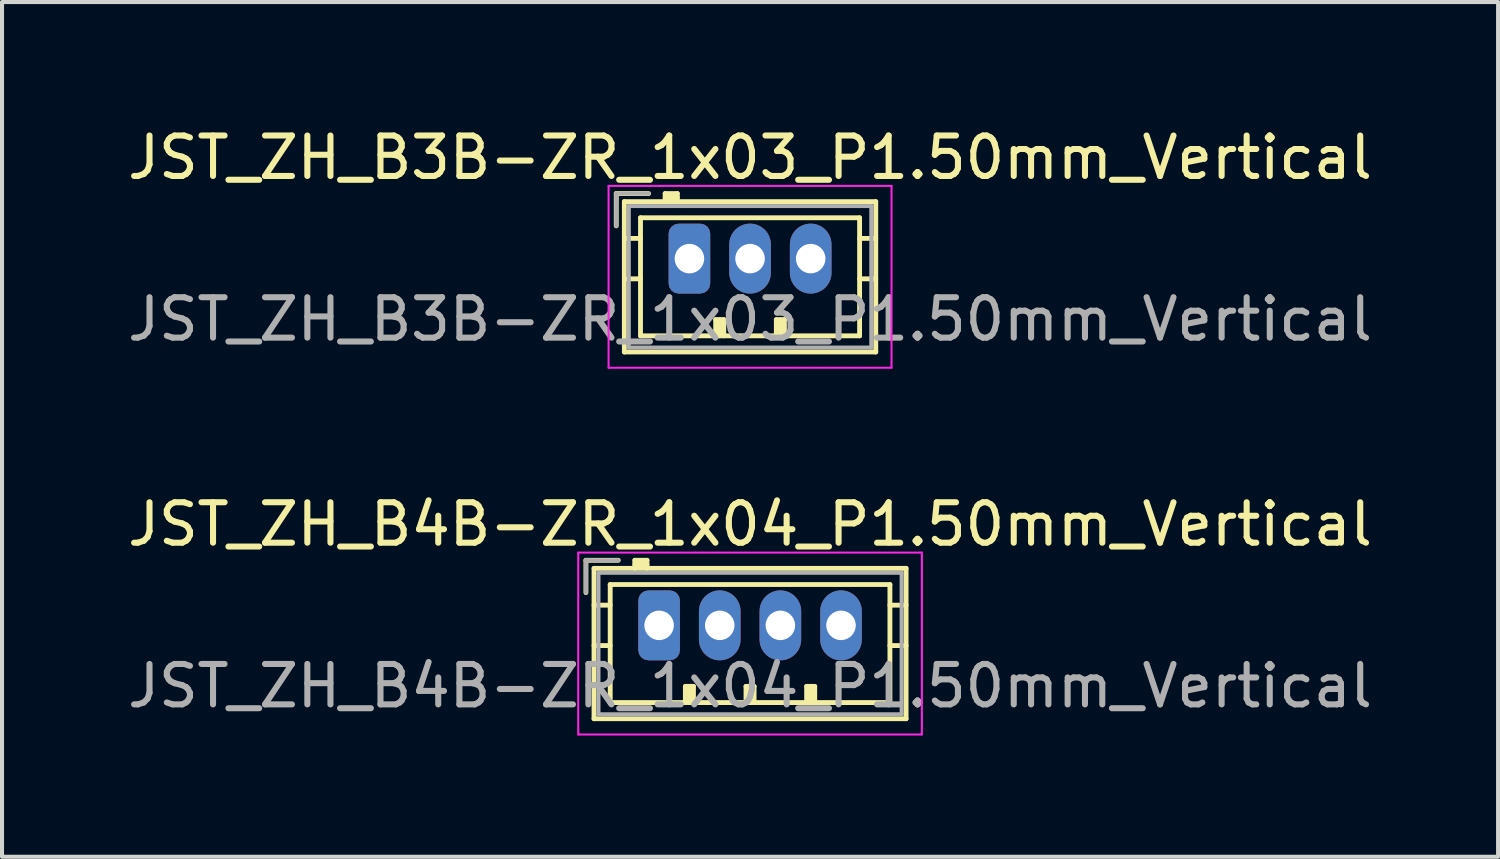
<source format=kicad_pcb>
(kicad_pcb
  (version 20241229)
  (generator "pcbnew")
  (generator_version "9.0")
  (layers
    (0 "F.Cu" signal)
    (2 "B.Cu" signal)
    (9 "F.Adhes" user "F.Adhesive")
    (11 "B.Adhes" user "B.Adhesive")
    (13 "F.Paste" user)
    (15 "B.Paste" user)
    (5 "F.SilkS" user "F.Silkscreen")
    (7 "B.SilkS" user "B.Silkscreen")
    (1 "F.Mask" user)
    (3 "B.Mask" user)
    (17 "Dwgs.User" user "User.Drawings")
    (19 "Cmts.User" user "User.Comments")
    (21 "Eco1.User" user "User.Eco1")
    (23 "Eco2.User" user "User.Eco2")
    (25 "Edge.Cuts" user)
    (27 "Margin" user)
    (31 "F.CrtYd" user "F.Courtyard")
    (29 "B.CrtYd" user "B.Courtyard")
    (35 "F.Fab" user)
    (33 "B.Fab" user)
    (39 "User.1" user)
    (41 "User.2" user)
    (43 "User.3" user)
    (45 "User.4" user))
  (footprint "JST_ZH_B4B-ZR_1x04_P1.50mm_Vertical"
    (layer "F.Cu")
    (at 13.256 12.421)
    (property "Reference" "JST_ZH_B4B-ZR_1x04_P1.50mm_Vertical" (at 2.25 -2.5 0) (layer "F.SilkS") (effects (font (size 1 1) (thickness 0.15))))
    (attr through_hole)
    (fp_line (start -1.81 -1.61) (end -1.81 -0.81) (stroke (width 0.12) (type solid)) (layer "F.SilkS"))
    (fp_line (start -1.61 -1.41) (end -1.61 2.31) (stroke (width 0.12) (type solid)) (layer "F.SilkS"))
    (fp_line (start -1.61 -0.5) (end -1.21 -0.5) (stroke (width 0.12) (type solid)) (layer "F.SilkS"))
    (fp_line (start -1.61 0.5) (end -1.21 0.5) (stroke (width 0.12) (type solid)) (layer "F.SilkS"))
    (fp_line (start -1.61 2.31) (end 6.11 2.31) (stroke (width 0.12) (type solid)) (layer "F.SilkS"))
    (fp_line (start -1.21 -1.01) (end -1.21 1.91) (stroke (width 0.12) (type solid)) (layer "F.SilkS"))
    (fp_line (start -1.21 1.91) (end 5.71 1.91) (stroke (width 0.12) (type solid)) (layer "F.SilkS"))
    (fp_line (start -1.01 -1.61) (end -1.81 -1.61) (stroke (width 0.12) (type solid)) (layer "F.SilkS"))
    (fp_line (start -0.6 -1.61) (end -0.6 -1.41) (stroke (width 0.12) (type solid)) (layer "F.SilkS"))
    (fp_line (start -0.3 -1.61) (end -0.6 -1.61) (stroke (width 0.12) (type solid)) (layer "F.SilkS"))
    (fp_line (start -0.3 -1.51) (end -0.6 -1.51) (stroke (width 0.12) (type solid)) (layer "F.SilkS"))
    (fp_line (start -0.3 -1.41) (end -0.3 -1.61) (stroke (width 0.12) (type solid)) (layer "F.SilkS"))
    (fp_line (start 0.65 1.51) (end 0.85 1.51) (stroke (width 0.12) (type solid)) (layer "F.SilkS"))
    (fp_line (start 0.65 1.91) (end 0.65 1.51) (stroke (width 0.12) (type solid)) (layer "F.SilkS"))
    (fp_line (start 0.75 1.91) (end 0.75 1.51) (stroke (width 0.12) (type solid)) (layer "F.SilkS"))
    (fp_line (start 0.85 1.51) (end 0.85 1.91) (stroke (width 0.12) (type solid)) (layer "F.SilkS"))
    (fp_line (start 2.15 1.51) (end 2.35 1.51) (stroke (width 0.12) (type solid)) (layer "F.SilkS"))
    (fp_line (start 2.15 1.91) (end 2.15 1.51) (stroke (width 0.12) (type solid)) (layer "F.SilkS"))
    (fp_line (start 2.25 1.91) (end 2.25 1.51) (stroke (width 0.12) (type solid)) (layer "F.SilkS"))
    (fp_line (start 2.35 1.51) (end 2.35 1.91) (stroke (width 0.12) (type solid)) (layer "F.SilkS"))
    (fp_line (start 3.65 1.51) (end 3.85 1.51) (stroke (width 0.12) (type solid)) (layer "F.SilkS"))
    (fp_line (start 3.65 1.91) (end 3.65 1.51) (stroke (width 0.12) (type solid)) (layer "F.SilkS"))
    (fp_line (start 3.75 1.91) (end 3.75 1.51) (stroke (width 0.12) (type solid)) (layer "F.SilkS"))
    (fp_line (start 3.85 1.51) (end 3.85 1.91) (stroke (width 0.12) (type solid)) (layer "F.SilkS"))
    (fp_line (start 5.71 -1.01) (end -1.21 -1.01) (stroke (width 0.12) (type solid)) (layer "F.SilkS"))
    (fp_line (start 5.71 1.91) (end 5.71 -1.01) (stroke (width 0.12) (type solid)) (layer "F.SilkS"))
    (fp_line (start 6.11 -1.41) (end -1.61 -1.41) (stroke (width 0.12) (type solid)) (layer "F.SilkS"))
    (fp_line (start 6.11 -0.5) (end 5.71 -0.5) (stroke (width 0.12) (type solid)) (layer "F.SilkS"))
    (fp_line (start 6.11 0.5) (end 5.71 0.5) (stroke (width 0.12) (type solid)) (layer "F.SilkS"))
    (fp_line (start 6.11 2.31) (end 6.11 -1.41) (stroke (width 0.12) (type solid)) (layer "F.SilkS"))
    (fp_line (start -2 -1.8) (end -2 2.7) (stroke (width 0.05) (type solid)) (layer "F.CrtYd"))
    (fp_line (start -2 2.7) (end 6.5 2.7) (stroke (width 0.05) (type solid)) (layer "F.CrtYd"))
    (fp_line (start 6.5 -1.8) (end -2 -1.8) (stroke (width 0.05) (type solid)) (layer "F.CrtYd"))
    (fp_line (start 6.5 2.7) (end 6.5 -1.8) (stroke (width 0.05) (type solid)) (layer "F.CrtYd"))
    (fp_line (start -1.81 -1.61) (end -1.81 -0.81) (stroke (width 0.1) (type solid)) (layer "F.Fab"))
    (fp_line (start -1.5 -1.3) (end -1.5 2.2) (stroke (width 0.1) (type solid)) (layer "F.Fab"))
    (fp_line (start -1.5 2.2) (end 6 2.2) (stroke (width 0.1) (type solid)) (layer "F.Fab"))
    (fp_line (start -1.01 -1.61) (end -1.81 -1.61) (stroke (width 0.1) (type solid)) (layer "F.Fab"))
    (fp_line (start 6 -1.3) (end -1.5 -1.3) (stroke (width 0.1) (type solid)) (layer "F.Fab"))
    (fp_line (start 6 2.2) (end 6 -1.3) (stroke (width 0.1) (type solid)) (layer "F.Fab"))
    (fp_text user "${REFERENCE}" (at 2.25 1.5 0) (layer "F.Fab") (effects (font (size 1 1) (thickness 0.15))))
    (pad "1" thru_hole roundrect (at 0 0) (size 1.03 1.73) (drill 0.73) (layers "*.Cu" "*.Mask") (roundrect_rratio 0.243))
    (pad "2" thru_hole oval (at 1.5 0) (size 1.03 1.73) (drill 0.73) (layers "*.Cu" "*.Mask"))
    (pad "3" thru_hole oval (at 3 0) (size 1.03 1.73) (drill 0.73) (layers "*.Cu" "*.Mask"))
    (pad "4" thru_hole oval (at 4.5 0) (size 1.03 1.73) (drill 0.73) (layers "*.Cu" "*.Mask")))
  (footprint "JST_ZH_B3B-ZR_1x03_P1.50mm_Vertical"
    (layer "F.Cu")
    (at 14.006 3.348)
    (property "Reference" "JST_ZH_B3B-ZR_1x03_P1.50mm_Vertical" (at 1.5 -2.5 0) (layer "F.SilkS") (effects (font (size 1 1) (thickness 0.15))))
    (attr through_hole)
    (fp_line (start -1.81 -1.61) (end -1.81 -0.81) (stroke (width 0.12) (type solid)) (layer "F.SilkS"))
    (fp_line (start -1.61 -1.41) (end -1.61 2.31) (stroke (width 0.12) (type solid)) (layer "F.SilkS"))
    (fp_line (start -1.61 -0.5) (end -1.21 -0.5) (stroke (width 0.12) (type solid)) (layer "F.SilkS"))
    (fp_line (start -1.61 0.5) (end -1.21 0.5) (stroke (width 0.12) (type solid)) (layer "F.SilkS"))
    (fp_line (start -1.61 2.31) (end 4.61 2.31) (stroke (width 0.12) (type solid)) (layer "F.SilkS"))
    (fp_line (start -1.21 -1.01) (end -1.21 1.91) (stroke (width 0.12) (type solid)) (layer "F.SilkS"))
    (fp_line (start -1.21 1.91) (end 4.21 1.91) (stroke (width 0.12) (type solid)) (layer "F.SilkS"))
    (fp_line (start -1.01 -1.61) (end -1.81 -1.61) (stroke (width 0.12) (type solid)) (layer "F.SilkS"))
    (fp_line (start -0.6 -1.61) (end -0.6 -1.41) (stroke (width 0.12) (type solid)) (layer "F.SilkS"))
    (fp_line (start -0.3 -1.61) (end -0.6 -1.61) (stroke (width 0.12) (type solid)) (layer "F.SilkS"))
    (fp_line (start -0.3 -1.51) (end -0.6 -1.51) (stroke (width 0.12) (type solid)) (layer "F.SilkS"))
    (fp_line (start -0.3 -1.41) (end -0.3 -1.61) (stroke (width 0.12) (type solid)) (layer "F.SilkS"))
    (fp_line (start 0.65 1.51) (end 0.85 1.51) (stroke (width 0.12) (type solid)) (layer "F.SilkS"))
    (fp_line (start 0.65 1.91) (end 0.65 1.51) (stroke (width 0.12) (type solid)) (layer "F.SilkS"))
    (fp_line (start 0.75 1.91) (end 0.75 1.51) (stroke (width 0.12) (type solid)) (layer "F.SilkS"))
    (fp_line (start 0.85 1.51) (end 0.85 1.91) (stroke (width 0.12) (type solid)) (layer "F.SilkS"))
    (fp_line (start 2.15 1.51) (end 2.35 1.51) (stroke (width 0.12) (type solid)) (layer "F.SilkS"))
    (fp_line (start 2.15 1.91) (end 2.15 1.51) (stroke (width 0.12) (type solid)) (layer "F.SilkS"))
    (fp_line (start 2.25 1.91) (end 2.25 1.51) (stroke (width 0.12) (type solid)) (layer "F.SilkS"))
    (fp_line (start 2.35 1.51) (end 2.35 1.91) (stroke (width 0.12) (type solid)) (layer "F.SilkS"))
    (fp_line (start 4.21 -1.01) (end -1.21 -1.01) (stroke (width 0.12) (type solid)) (layer "F.SilkS"))
    (fp_line (start 4.21 1.91) (end 4.21 -1.01) (stroke (width 0.12) (type solid)) (layer "F.SilkS"))
    (fp_line (start 4.61 -1.41) (end -1.61 -1.41) (stroke (width 0.12) (type solid)) (layer "F.SilkS"))
    (fp_line (start 4.61 -0.5) (end 4.21 -0.5) (stroke (width 0.12) (type solid)) (layer "F.SilkS"))
    (fp_line (start 4.61 0.5) (end 4.21 0.5) (stroke (width 0.12) (type solid)) (layer "F.SilkS"))
    (fp_line (start 4.61 2.31) (end 4.61 -1.41) (stroke (width 0.12) (type solid)) (layer "F.SilkS"))
    (fp_line (start -2 -1.8) (end -2 2.7) (stroke (width 0.05) (type solid)) (layer "F.CrtYd"))
    (fp_line (start -2 2.7) (end 5 2.7) (stroke (width 0.05) (type solid)) (layer "F.CrtYd"))
    (fp_line (start 5 -1.8) (end -2 -1.8) (stroke (width 0.05) (type solid)) (layer "F.CrtYd"))
    (fp_line (start 5 2.7) (end 5 -1.8) (stroke (width 0.05) (type solid)) (layer "F.CrtYd"))
    (fp_line (start -1.81 -1.61) (end -1.81 -0.81) (stroke (width 0.1) (type solid)) (layer "F.Fab"))
    (fp_line (start -1.5 -1.3) (end -1.5 2.2) (stroke (width 0.1) (type solid)) (layer "F.Fab"))
    (fp_line (start -1.5 2.2) (end 4.5 2.2) (stroke (width 0.1) (type solid)) (layer "F.Fab"))
    (fp_line (start -1.01 -1.61) (end -1.81 -1.61) (stroke (width 0.1) (type solid)) (layer "F.Fab"))
    (fp_line (start 4.5 -1.3) (end -1.5 -1.3) (stroke (width 0.1) (type solid)) (layer "F.Fab"))
    (fp_line (start 4.5 2.2) (end 4.5 -1.3) (stroke (width 0.1) (type solid)) (layer "F.Fab"))
    (fp_text user "${REFERENCE}" (at 1.5 1.5 0) (layer "F.Fab") (effects (font (size 1 1) (thickness 0.15))))
    (pad "1" thru_hole roundrect (at 0 0) (size 1.03 1.73) (drill 0.73) (layers "*.Cu" "*.Mask") (roundrect_rratio 0.243))
    (pad "2" thru_hole oval (at 1.5 0) (size 1.03 1.73) (drill 0.73) (layers "*.Cu" "*.Mask"))
    (pad "3" thru_hole oval (at 3 0) (size 1.03 1.73) (drill 0.73) (layers "*.Cu" "*.Mask")))
  (gr_rect
    (start -3 -3)
    (end 34.012 18.146)
    (stroke (width 0.1) (type default))
    (fill no)
    (layer "Edge.Cuts")))
</source>
